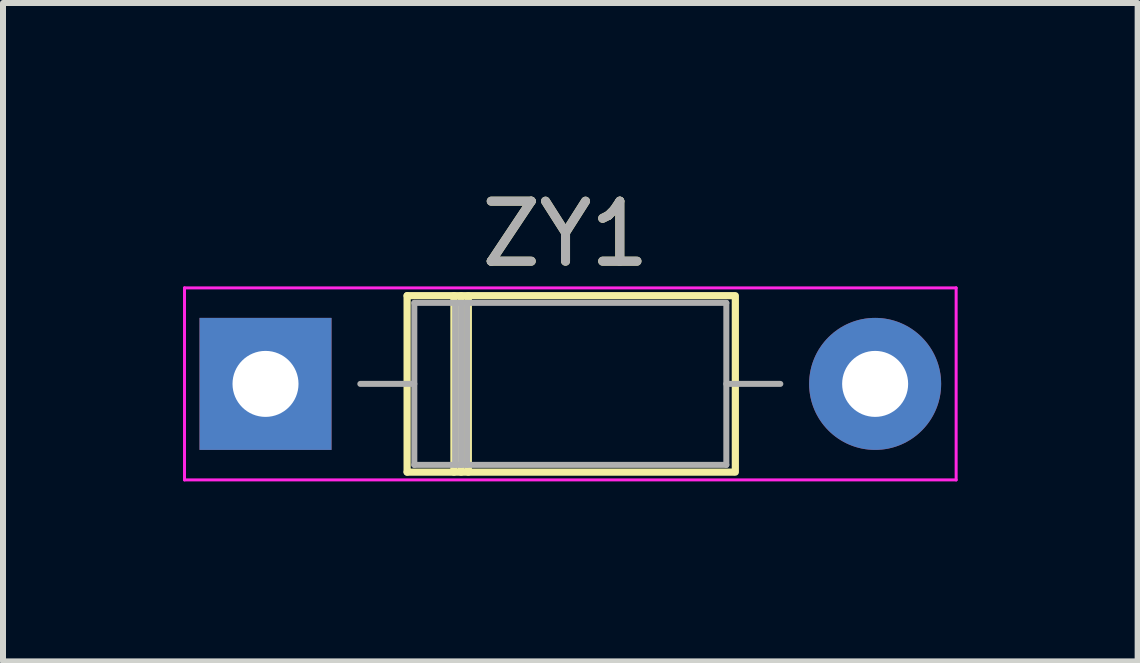
<source format=kicad_pcb>
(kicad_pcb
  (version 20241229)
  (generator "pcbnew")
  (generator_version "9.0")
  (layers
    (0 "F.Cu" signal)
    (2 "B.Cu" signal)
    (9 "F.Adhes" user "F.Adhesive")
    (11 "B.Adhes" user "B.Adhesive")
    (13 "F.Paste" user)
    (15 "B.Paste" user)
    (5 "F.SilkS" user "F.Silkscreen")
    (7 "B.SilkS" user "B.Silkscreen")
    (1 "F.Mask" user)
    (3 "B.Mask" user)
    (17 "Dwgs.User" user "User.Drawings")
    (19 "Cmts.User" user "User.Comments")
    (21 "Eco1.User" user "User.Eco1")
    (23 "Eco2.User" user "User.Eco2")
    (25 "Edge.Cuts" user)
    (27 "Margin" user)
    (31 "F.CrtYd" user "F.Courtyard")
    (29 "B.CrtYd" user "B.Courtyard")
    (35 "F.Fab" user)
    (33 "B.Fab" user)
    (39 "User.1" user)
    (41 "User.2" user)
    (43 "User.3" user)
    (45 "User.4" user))
  (footprint "ZY1"
    (layer "F.Cu")
    (at 1.375 3.348)
    (property "Reference" "ZY1" (at 5 -2.5 0) (layer "F.SilkS") (effects (font (size 1 1) (thickness 0.15))))
    (attr through_hole)
    (fp_line (start 2.36 -1.47) (end 2.36 1.47) (stroke (width 0.12) (type solid)) (layer "F.SilkS"))
    (fp_line (start 2.36 1.47) (end 7.8 1.47) (stroke (width 0.12) (type solid)) (layer "F.SilkS"))
    (fp_line (start 3.14 -1.47) (end 3.14 1.47) (stroke (width 0.12) (type solid)) (layer "F.SilkS"))
    (fp_line (start 3.26 -1.47) (end 3.26 1.47) (stroke (width 0.12) (type solid)) (layer "F.SilkS"))
    (fp_line (start 3.38 -1.47) (end 3.38 1.47) (stroke (width 0.12) (type solid)) (layer "F.SilkS"))
    (fp_line (start 7.8 -1.47) (end 2.36 -1.47) (stroke (width 0.12) (type solid)) (layer "F.SilkS"))
    (fp_line (start 7.83 -1.47) (end 7.83 1.47) (stroke (width 0.12) (type solid)) (layer "F.SilkS"))
    (fp_line (start -1.35 -1.6) (end -1.35 1.6) (stroke (width 0.05) (type solid)) (layer "F.CrtYd"))
    (fp_line (start -1.35 1.6) (end 11.51 1.6) (stroke (width 0.05) (type solid)) (layer "F.CrtYd"))
    (fp_line (start 11.51 -1.6) (end -1.35 -1.6) (stroke (width 0.05) (type solid)) (layer "F.CrtYd"))
    (fp_line (start 11.51 1.6) (end 11.51 -1.6) (stroke (width 0.05) (type solid)) (layer "F.CrtYd"))
    (fp_line (start 1.58 0) (end 2.48 0) (stroke (width 0.1) (type solid)) (layer "F.Fab"))
    (fp_line (start 2.48 -1.35) (end 2.48 1.35) (stroke (width 0.1) (type solid)) (layer "F.Fab"))
    (fp_line (start 2.48 1.35) (end 7.68 1.35) (stroke (width 0.1) (type solid)) (layer "F.Fab"))
    (fp_line (start 3.16 -1.35) (end 3.16 1.35) (stroke (width 0.1) (type solid)) (layer "F.Fab"))
    (fp_line (start 3.26 -1.35) (end 3.26 1.35) (stroke (width 0.1) (type solid)) (layer "F.Fab"))
    (fp_line (start 3.36 -1.35) (end 3.36 1.35) (stroke (width 0.1) (type solid)) (layer "F.Fab"))
    (fp_line (start 7.68 -1.35) (end 2.48 -1.35) (stroke (width 0.1) (type solid)) (layer "F.Fab"))
    (fp_line (start 7.68 1.35) (end 7.68 -1.35) (stroke (width 0.1) (type solid)) (layer "F.Fab"))
    (fp_line (start 8.58 0) (end 7.68 0) (stroke (width 0.1) (type solid)) (layer "F.Fab"))
    (fp_text user "${REFERENCE}" (at 5 -2.5 0) (layer "F.Fab") (effects (font (size 1 1) (thickness 0.15))))
    (pad "1" thru_hole rect (at 0 0) (size 2.2 2.2) (drill 1.1) (layers "*.Cu" "*.Mask"))
    (pad "2" thru_hole oval (at 10.16 0) (size 2.2 2.2) (drill 1.1) (layers "*.Cu" "*.Mask")))
  (gr_rect
    (start -3 -3)
    (end 15.91 7.973)
    (stroke (width 0.1) (type default))
    (fill no)
    (layer "Edge.Cuts")))
</source>
